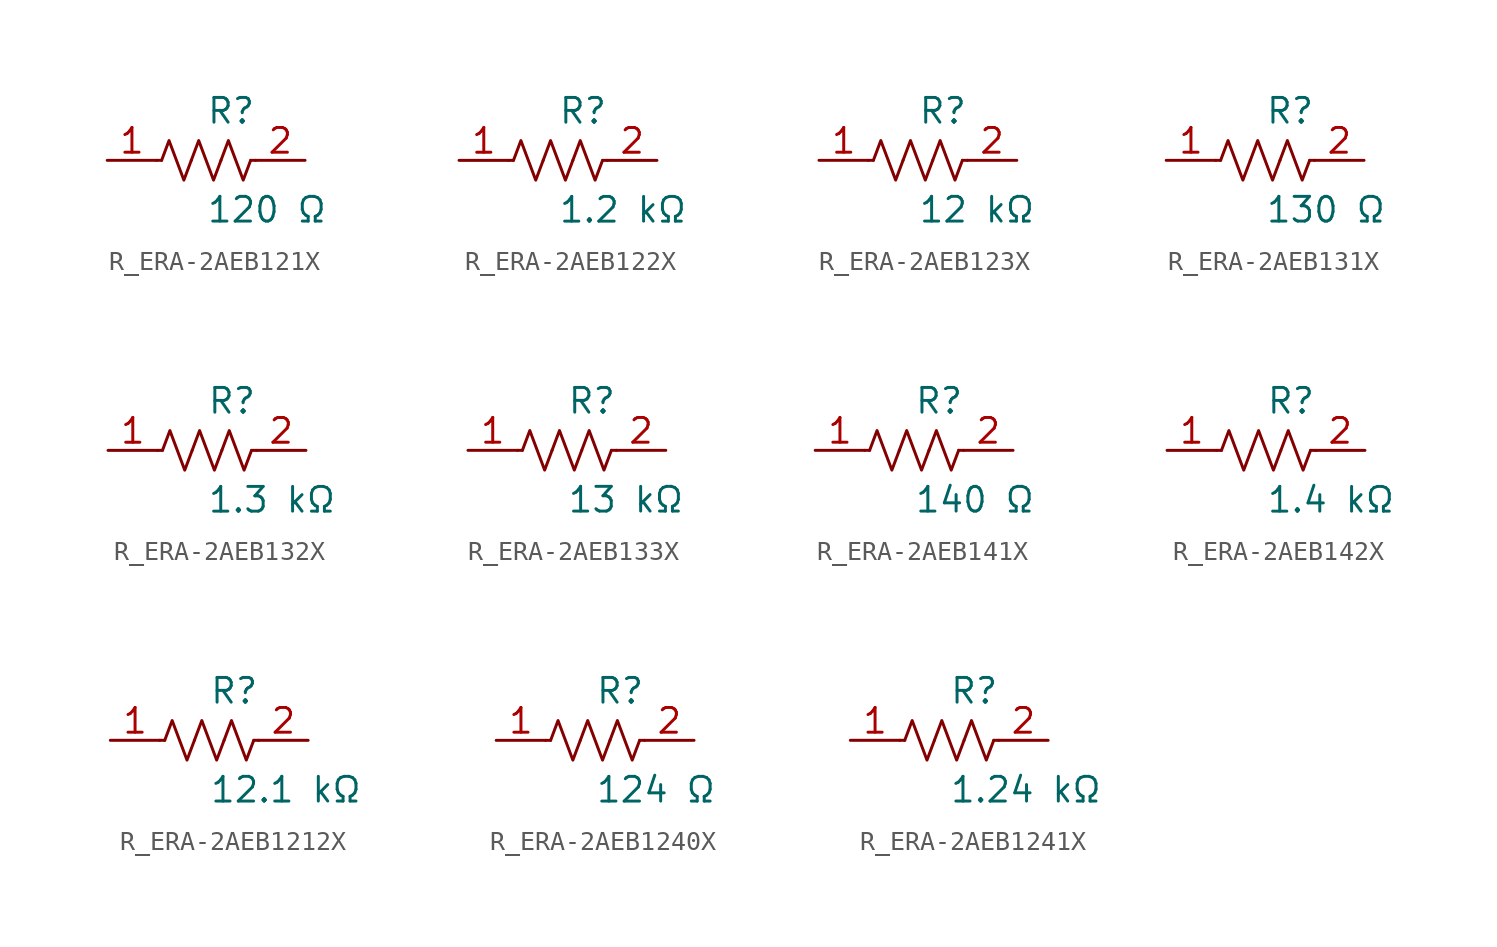
<source format=kicad_sym>
(kicad_symbol_lib
  (version 20231120)
  (generator kicad_symbol_editor)
  (generator_version 8.0)
  (symbol "R_ERA-2AEB121X"
    (pin_names
      (offset 0.254))
    (property "Reference" "R"
      (at 0.0 2.54 0)
      (effects (font (size 1.27 1.27)) (justify left)))
    (property "Value" "120 Ω"
      (at 0.0 -2.54 0)
      (effects (font (size 1.27 1.27)) (justify left)))
    (symbol "R_ERA-2AEB121X_0_1"
      (polyline (pts (xy 2.286 0) (xy 2.54 0)) (stroke (width 0) (type default)) (fill (type none)))
      (polyline (pts (xy -2.286 0) (xy -2.54 0)) (stroke (width 0) (type default)) (fill (type none)))
      (polyline (pts (xy 0.762 0) (xy 1.143 1.016) (xy 1.524 0) (xy 1.905 -1.016) (xy 2.286 0)) (stroke (width 0) (type default)) (fill (type none)))
      (polyline (pts (xy -0.762 0) (xy -0.381 1.016) (xy 0 0) (xy 0.381 -1.016) (xy 0.762 0)) (stroke (width 0) (type default)) (fill (type none)))
      (polyline (pts (xy -2.286 0) (xy -1.905 1.016) (xy -1.524 0) (xy -1.143 -1.016) (xy -0.762 0)) (stroke (width 0) (type default)) (fill (type none))))
    (pin unspecified line
      (at -5.08 0 0)
      (length 2.54)
      (name "" (effects (font (size 1.27 1.27))))
      (number "1" (effects (font (size 1.27 1.27)))))
    (pin unspecified line
      (at 5.08 0 180)
      (length 2.54)
      (name "" (effects (font (size 1.27 1.27))))
      (number "2" (effects (font (size 1.27 1.27))))))
  (symbol "R_ERA-2AEB122X"
    (pin_names
      (offset 0.254))
    (property "Reference" "R"
      (at 0.0 2.54 0)
      (effects (font (size 1.27 1.27)) (justify left)))
    (property "Value" "1.2 kΩ"
      (at 0.0 -2.54 0)
      (effects (font (size 1.27 1.27)) (justify left)))
    (symbol "R_ERA-2AEB122X_0_1"
      (polyline (pts (xy 2.286 0) (xy 2.54 0)) (stroke (width 0) (type default)) (fill (type none)))
      (polyline (pts (xy -2.286 0) (xy -2.54 0)) (stroke (width 0) (type default)) (fill (type none)))
      (polyline (pts (xy 0.762 0) (xy 1.143 1.016) (xy 1.524 0) (xy 1.905 -1.016) (xy 2.286 0)) (stroke (width 0) (type default)) (fill (type none)))
      (polyline (pts (xy -0.762 0) (xy -0.381 1.016) (xy 0 0) (xy 0.381 -1.016) (xy 0.762 0)) (stroke (width 0) (type default)) (fill (type none)))
      (polyline (pts (xy -2.286 0) (xy -1.905 1.016) (xy -1.524 0) (xy -1.143 -1.016) (xy -0.762 0)) (stroke (width 0) (type default)) (fill (type none))))
    (pin unspecified line
      (at -5.08 0 0)
      (length 2.54)
      (name "" (effects (font (size 1.27 1.27))))
      (number "1" (effects (font (size 1.27 1.27)))))
    (pin unspecified line
      (at 5.08 0 180)
      (length 2.54)
      (name "" (effects (font (size 1.27 1.27))))
      (number "2" (effects (font (size 1.27 1.27))))))
  (symbol "R_ERA-2AEB123X"
    (pin_names
      (offset 0.254))
    (property "Reference" "R"
      (at 0.0 2.54 0)
      (effects (font (size 1.27 1.27)) (justify left)))
    (property "Value" "12 kΩ"
      (at 0.0 -2.54 0)
      (effects (font (size 1.27 1.27)) (justify left)))
    (symbol "R_ERA-2AEB123X_0_1"
      (polyline (pts (xy 2.286 0) (xy 2.54 0)) (stroke (width 0) (type default)) (fill (type none)))
      (polyline (pts (xy -2.286 0) (xy -2.54 0)) (stroke (width 0) (type default)) (fill (type none)))
      (polyline (pts (xy 0.762 0) (xy 1.143 1.016) (xy 1.524 0) (xy 1.905 -1.016) (xy 2.286 0)) (stroke (width 0) (type default)) (fill (type none)))
      (polyline (pts (xy -0.762 0) (xy -0.381 1.016) (xy 0 0) (xy 0.381 -1.016) (xy 0.762 0)) (stroke (width 0) (type default)) (fill (type none)))
      (polyline (pts (xy -2.286 0) (xy -1.905 1.016) (xy -1.524 0) (xy -1.143 -1.016) (xy -0.762 0)) (stroke (width 0) (type default)) (fill (type none))))
    (pin unspecified line
      (at -5.08 0 0)
      (length 2.54)
      (name "" (effects (font (size 1.27 1.27))))
      (number "1" (effects (font (size 1.27 1.27)))))
    (pin unspecified line
      (at 5.08 0 180)
      (length 2.54)
      (name "" (effects (font (size 1.27 1.27))))
      (number "2" (effects (font (size 1.27 1.27))))))
  (symbol "R_ERA-2AEB131X"
    (pin_names
      (offset 0.254))
    (property "Reference" "R"
      (at 0.0 2.54 0)
      (effects (font (size 1.27 1.27)) (justify left)))
    (property "Value" "130 Ω"
      (at 0.0 -2.54 0)
      (effects (font (size 1.27 1.27)) (justify left)))
    (symbol "R_ERA-2AEB131X_0_1"
      (polyline (pts (xy 2.286 0) (xy 2.54 0)) (stroke (width 0) (type default)) (fill (type none)))
      (polyline (pts (xy -2.286 0) (xy -2.54 0)) (stroke (width 0) (type default)) (fill (type none)))
      (polyline (pts (xy 0.762 0) (xy 1.143 1.016) (xy 1.524 0) (xy 1.905 -1.016) (xy 2.286 0)) (stroke (width 0) (type default)) (fill (type none)))
      (polyline (pts (xy -0.762 0) (xy -0.381 1.016) (xy 0 0) (xy 0.381 -1.016) (xy 0.762 0)) (stroke (width 0) (type default)) (fill (type none)))
      (polyline (pts (xy -2.286 0) (xy -1.905 1.016) (xy -1.524 0) (xy -1.143 -1.016) (xy -0.762 0)) (stroke (width 0) (type default)) (fill (type none))))
    (pin unspecified line
      (at -5.08 0 0)
      (length 2.54)
      (name "" (effects (font (size 1.27 1.27))))
      (number "1" (effects (font (size 1.27 1.27)))))
    (pin unspecified line
      (at 5.08 0 180)
      (length 2.54)
      (name "" (effects (font (size 1.27 1.27))))
      (number "2" (effects (font (size 1.27 1.27))))))
  (symbol "R_ERA-2AEB132X"
    (pin_names
      (offset 0.254))
    (property "Reference" "R"
      (at 0.0 2.54 0)
      (effects (font (size 1.27 1.27)) (justify left)))
    (property "Value" "1.3 kΩ"
      (at 0.0 -2.54 0)
      (effects (font (size 1.27 1.27)) (justify left)))
    (symbol "R_ERA-2AEB132X_0_1"
      (polyline (pts (xy 2.286 0) (xy 2.54 0)) (stroke (width 0) (type default)) (fill (type none)))
      (polyline (pts (xy -2.286 0) (xy -2.54 0)) (stroke (width 0) (type default)) (fill (type none)))
      (polyline (pts (xy 0.762 0) (xy 1.143 1.016) (xy 1.524 0) (xy 1.905 -1.016) (xy 2.286 0)) (stroke (width 0) (type default)) (fill (type none)))
      (polyline (pts (xy -0.762 0) (xy -0.381 1.016) (xy 0 0) (xy 0.381 -1.016) (xy 0.762 0)) (stroke (width 0) (type default)) (fill (type none)))
      (polyline (pts (xy -2.286 0) (xy -1.905 1.016) (xy -1.524 0) (xy -1.143 -1.016) (xy -0.762 0)) (stroke (width 0) (type default)) (fill (type none))))
    (pin unspecified line
      (at -5.08 0 0)
      (length 2.54)
      (name "" (effects (font (size 1.27 1.27))))
      (number "1" (effects (font (size 1.27 1.27)))))
    (pin unspecified line
      (at 5.08 0 180)
      (length 2.54)
      (name "" (effects (font (size 1.27 1.27))))
      (number "2" (effects (font (size 1.27 1.27))))))
  (symbol "R_ERA-2AEB133X"
    (pin_names
      (offset 0.254))
    (property "Reference" "R"
      (at 0.0 2.54 0)
      (effects (font (size 1.27 1.27)) (justify left)))
    (property "Value" "13 kΩ"
      (at 0.0 -2.54 0)
      (effects (font (size 1.27 1.27)) (justify left)))
    (symbol "R_ERA-2AEB133X_0_1"
      (polyline (pts (xy 2.286 0) (xy 2.54 0)) (stroke (width 0) (type default)) (fill (type none)))
      (polyline (pts (xy -2.286 0) (xy -2.54 0)) (stroke (width 0) (type default)) (fill (type none)))
      (polyline (pts (xy 0.762 0) (xy 1.143 1.016) (xy 1.524 0) (xy 1.905 -1.016) (xy 2.286 0)) (stroke (width 0) (type default)) (fill (type none)))
      (polyline (pts (xy -0.762 0) (xy -0.381 1.016) (xy 0 0) (xy 0.381 -1.016) (xy 0.762 0)) (stroke (width 0) (type default)) (fill (type none)))
      (polyline (pts (xy -2.286 0) (xy -1.905 1.016) (xy -1.524 0) (xy -1.143 -1.016) (xy -0.762 0)) (stroke (width 0) (type default)) (fill (type none))))
    (pin unspecified line
      (at -5.08 0 0)
      (length 2.54)
      (name "" (effects (font (size 1.27 1.27))))
      (number "1" (effects (font (size 1.27 1.27)))))
    (pin unspecified line
      (at 5.08 0 180)
      (length 2.54)
      (name "" (effects (font (size 1.27 1.27))))
      (number "2" (effects (font (size 1.27 1.27))))))
  (symbol "R_ERA-2AEB141X"
    (pin_names
      (offset 0.254))
    (property "Reference" "R"
      (at 0.0 2.54 0)
      (effects (font (size 1.27 1.27)) (justify left)))
    (property "Value" "140 Ω"
      (at 0.0 -2.54 0)
      (effects (font (size 1.27 1.27)) (justify left)))
    (symbol "R_ERA-2AEB141X_0_1"
      (polyline (pts (xy 2.286 0) (xy 2.54 0)) (stroke (width 0) (type default)) (fill (type none)))
      (polyline (pts (xy -2.286 0) (xy -2.54 0)) (stroke (width 0) (type default)) (fill (type none)))
      (polyline (pts (xy 0.762 0) (xy 1.143 1.016) (xy 1.524 0) (xy 1.905 -1.016) (xy 2.286 0)) (stroke (width 0) (type default)) (fill (type none)))
      (polyline (pts (xy -0.762 0) (xy -0.381 1.016) (xy 0 0) (xy 0.381 -1.016) (xy 0.762 0)) (stroke (width 0) (type default)) (fill (type none)))
      (polyline (pts (xy -2.286 0) (xy -1.905 1.016) (xy -1.524 0) (xy -1.143 -1.016) (xy -0.762 0)) (stroke (width 0) (type default)) (fill (type none))))
    (pin unspecified line
      (at -5.08 0 0)
      (length 2.54)
      (name "" (effects (font (size 1.27 1.27))))
      (number "1" (effects (font (size 1.27 1.27)))))
    (pin unspecified line
      (at 5.08 0 180)
      (length 2.54)
      (name "" (effects (font (size 1.27 1.27))))
      (number "2" (effects (font (size 1.27 1.27))))))
  (symbol "R_ERA-2AEB142X"
    (pin_names
      (offset 0.254))
    (property "Reference" "R"
      (at 0.0 2.54 0)
      (effects (font (size 1.27 1.27)) (justify left)))
    (property "Value" "1.4 kΩ"
      (at 0.0 -2.54 0)
      (effects (font (size 1.27 1.27)) (justify left)))
    (symbol "R_ERA-2AEB142X_0_1"
      (polyline (pts (xy 2.286 0) (xy 2.54 0)) (stroke (width 0) (type default)) (fill (type none)))
      (polyline (pts (xy -2.286 0) (xy -2.54 0)) (stroke (width 0) (type default)) (fill (type none)))
      (polyline (pts (xy 0.762 0) (xy 1.143 1.016) (xy 1.524 0) (xy 1.905 -1.016) (xy 2.286 0)) (stroke (width 0) (type default)) (fill (type none)))
      (polyline (pts (xy -0.762 0) (xy -0.381 1.016) (xy 0 0) (xy 0.381 -1.016) (xy 0.762 0)) (stroke (width 0) (type default)) (fill (type none)))
      (polyline (pts (xy -2.286 0) (xy -1.905 1.016) (xy -1.524 0) (xy -1.143 -1.016) (xy -0.762 0)) (stroke (width 0) (type default)) (fill (type none))))
    (pin unspecified line
      (at -5.08 0 0)
      (length 2.54)
      (name "" (effects (font (size 1.27 1.27))))
      (number "1" (effects (font (size 1.27 1.27)))))
    (pin unspecified line
      (at 5.08 0 180)
      (length 2.54)
      (name "" (effects (font (size 1.27 1.27))))
      (number "2" (effects (font (size 1.27 1.27))))))
  (symbol "R_ERA-2AEB1212X"
    (pin_names
      (offset 0.254))
    (property "Reference" "R"
      (at 0.0 2.54 0)
      (effects (font (size 1.27 1.27)) (justify left)))
    (property "Value" "12.1 kΩ"
      (at 0.0 -2.54 0)
      (effects (font (size 1.27 1.27)) (justify left)))
    (symbol "R_ERA-2AEB1212X_0_1"
      (polyline (pts (xy 2.286 0) (xy 2.54 0)) (stroke (width 0) (type default)) (fill (type none)))
      (polyline (pts (xy -2.286 0) (xy -2.54 0)) (stroke (width 0) (type default)) (fill (type none)))
      (polyline (pts (xy 0.762 0) (xy 1.143 1.016) (xy 1.524 0) (xy 1.905 -1.016) (xy 2.286 0)) (stroke (width 0) (type default)) (fill (type none)))
      (polyline (pts (xy -0.762 0) (xy -0.381 1.016) (xy 0 0) (xy 0.381 -1.016) (xy 0.762 0)) (stroke (width 0) (type default)) (fill (type none)))
      (polyline (pts (xy -2.286 0) (xy -1.905 1.016) (xy -1.524 0) (xy -1.143 -1.016) (xy -0.762 0)) (stroke (width 0) (type default)) (fill (type none))))
    (pin unspecified line
      (at -5.08 0 0)
      (length 2.54)
      (name "" (effects (font (size 1.27 1.27))))
      (number "1" (effects (font (size 1.27 1.27)))))
    (pin unspecified line
      (at 5.08 0 180)
      (length 2.54)
      (name "" (effects (font (size 1.27 1.27))))
      (number "2" (effects (font (size 1.27 1.27))))))
  (symbol "R_ERA-2AEB1240X"
    (pin_names
      (offset 0.254))
    (property "Reference" "R"
      (at 0.0 2.54 0)
      (effects (font (size 1.27 1.27)) (justify left)))
    (property "Value" "124 Ω"
      (at 0.0 -2.54 0)
      (effects (font (size 1.27 1.27)) (justify left)))
    (symbol "R_ERA-2AEB1240X_0_1"
      (polyline (pts (xy 2.286 0) (xy 2.54 0)) (stroke (width 0) (type default)) (fill (type none)))
      (polyline (pts (xy -2.286 0) (xy -2.54 0)) (stroke (width 0) (type default)) (fill (type none)))
      (polyline (pts (xy 0.762 0) (xy 1.143 1.016) (xy 1.524 0) (xy 1.905 -1.016) (xy 2.286 0)) (stroke (width 0) (type default)) (fill (type none)))
      (polyline (pts (xy -0.762 0) (xy -0.381 1.016) (xy 0 0) (xy 0.381 -1.016) (xy 0.762 0)) (stroke (width 0) (type default)) (fill (type none)))
      (polyline (pts (xy -2.286 0) (xy -1.905 1.016) (xy -1.524 0) (xy -1.143 -1.016) (xy -0.762 0)) (stroke (width 0) (type default)) (fill (type none))))
    (pin unspecified line
      (at -5.08 0 0)
      (length 2.54)
      (name "" (effects (font (size 1.27 1.27))))
      (number "1" (effects (font (size 1.27 1.27)))))
    (pin unspecified line
      (at 5.08 0 180)
      (length 2.54)
      (name "" (effects (font (size 1.27 1.27))))
      (number "2" (effects (font (size 1.27 1.27))))))
  (symbol "R_ERA-2AEB1241X"
    (pin_names
      (offset 0.254))
    (property "Reference" "R"
      (at 0.0 2.54 0)
      (effects (font (size 1.27 1.27)) (justify left)))
    (property "Value" "1.24 kΩ"
      (at 0.0 -2.54 0)
      (effects (font (size 1.27 1.27)) (justify left)))
    (symbol "R_ERA-2AEB1241X_0_1"
      (polyline (pts (xy 2.286 0) (xy 2.54 0)) (stroke (width 0) (type default)) (fill (type none)))
      (polyline (pts (xy -2.286 0) (xy -2.54 0)) (stroke (width 0) (type default)) (fill (type none)))
      (polyline (pts (xy 0.762 0) (xy 1.143 1.016) (xy 1.524 0) (xy 1.905 -1.016) (xy 2.286 0)) (stroke (width 0) (type default)) (fill (type none)))
      (polyline (pts (xy -0.762 0) (xy -0.381 1.016) (xy 0 0) (xy 0.381 -1.016) (xy 0.762 0)) (stroke (width 0) (type default)) (fill (type none)))
      (polyline (pts (xy -2.286 0) (xy -1.905 1.016) (xy -1.524 0) (xy -1.143 -1.016) (xy -0.762 0)) (stroke (width 0) (type default)) (fill (type none))))
    (pin unspecified line
      (at -5.08 0 0)
      (length 2.54)
      (name "" (effects (font (size 1.27 1.27))))
      (number "1" (effects (font (size 1.27 1.27)))))
    (pin unspecified line
      (at 5.08 0 180)
      (length 2.54)
      (name "" (effects (font (size 1.27 1.27))))
      (number "2" (effects (font (size 1.27 1.27)))))))
</source>
